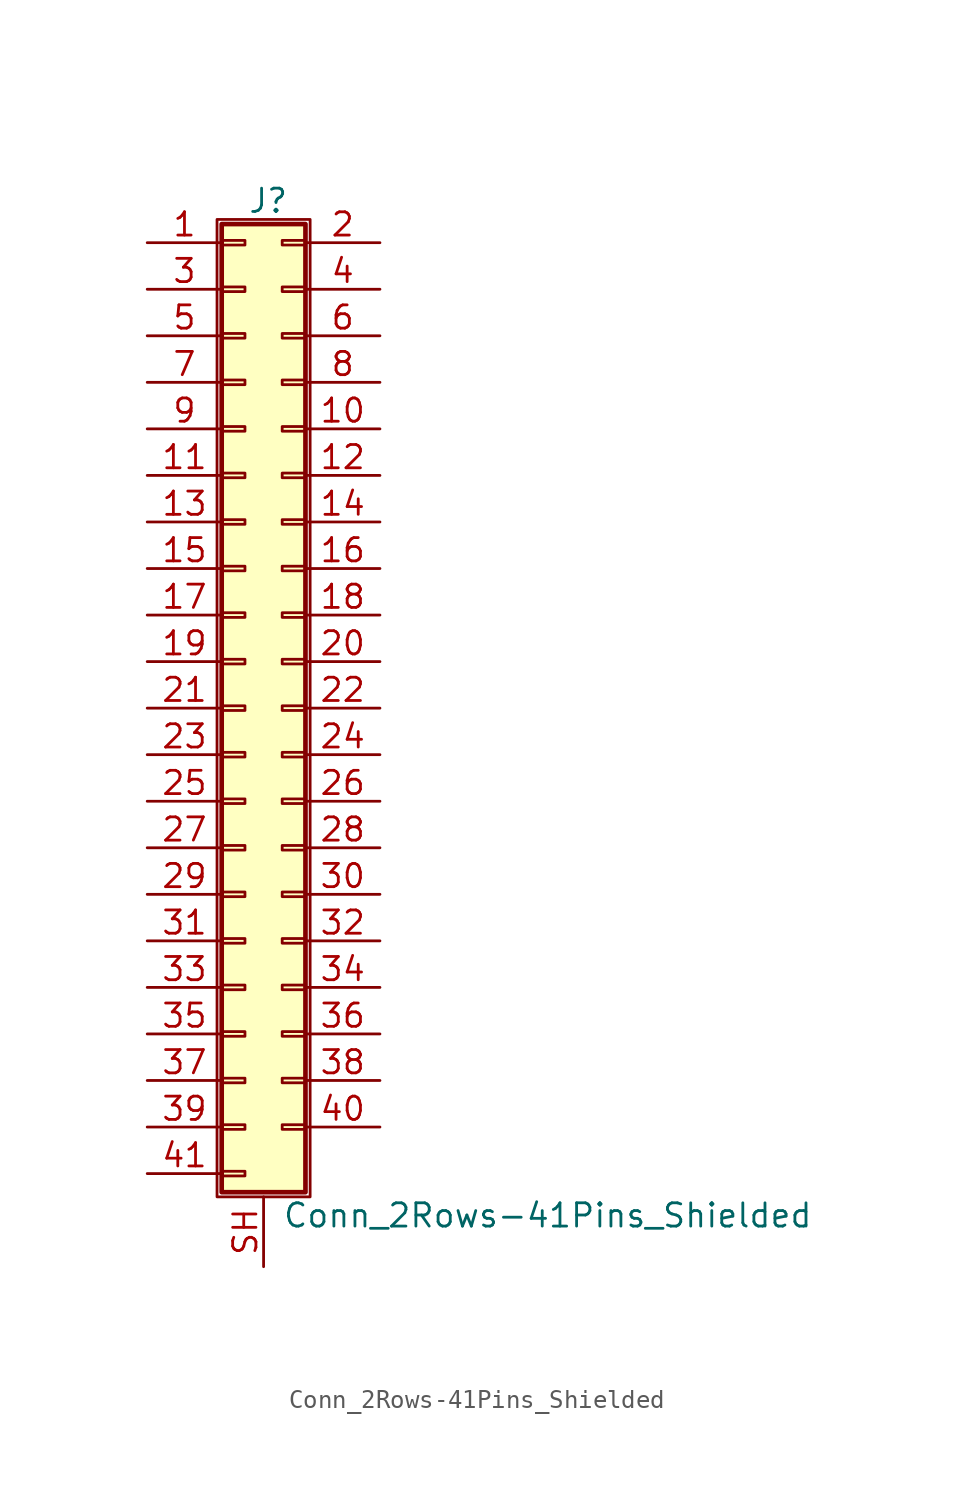
<source format=kicad_sym>
(kicad_symbol_lib
  (version 20211014)
  (generator kicad_symbol_editor)
  (symbol "Conn_2Rows-41Pins_Shielded"
    (pin_names
      (offset 1.016) hide)
    (property "Reference" "J"
      (at 1.524 27.686 0)
      (effects (font (size 1.27 1.27))))
    (property "Value" "Conn_2Rows-41Pins_Shielded"
      (at 2.286 -27.686 0)
      (effects (font (size 1.27 1.27)) (justify left)))
    (symbol "Conn_2Rows-41Pins_Shielded_1_1"
      (rectangle (start -1.27 26.67) (end 3.81 -26.67) (stroke (width 0.152) (type default) (color 0 0 0 0)) (fill (type none)))
      (rectangle (start -1.016 -25.273) (end 0.254 -25.527) (stroke (width 0.152) (type default) (color 0 0 0 0)) (fill (type none)))
      (rectangle (start -1.016 -22.733) (end 0.254 -22.987) (stroke (width 0.152) (type default) (color 0 0 0 0)) (fill (type none)))
      (rectangle (start -1.016 -20.193) (end 0.254 -20.447) (stroke (width 0.152) (type default) (color 0 0 0 0)) (fill (type none)))
      (rectangle (start -1.016 -17.653) (end 0.254 -17.907) (stroke (width 0.152) (type default) (color 0 0 0 0)) (fill (type none)))
      (rectangle (start -1.016 -15.113) (end 0.254 -15.367) (stroke (width 0.152) (type default) (color 0 0 0 0)) (fill (type none)))
      (rectangle (start -1.016 -12.573) (end 0.254 -12.827) (stroke (width 0.152) (type default) (color 0 0 0 0)) (fill (type none)))
      (rectangle (start -1.016 -10.033) (end 0.254 -10.287) (stroke (width 0.152) (type default) (color 0 0 0 0)) (fill (type none)))
      (rectangle (start -1.016 -7.493) (end 0.254 -7.747) (stroke (width 0.152) (type default) (color 0 0 0 0)) (fill (type none)))
      (rectangle (start -1.016 -4.953) (end 0.254 -5.207) (stroke (width 0.152) (type default) (color 0 0 0 0)) (fill (type none)))
      (rectangle (start -1.016 -2.413) (end 0.254 -2.667) (stroke (width 0.152) (type default) (color 0 0 0 0)) (fill (type none)))
      (rectangle (start -1.016 0.127) (end 0.254 -0.127) (stroke (width 0.152) (type default) (color 0 0 0 0)) (fill (type none)))
      (rectangle (start -1.016 2.667) (end 0.254 2.413) (stroke (width 0.152) (type default) (color 0 0 0 0)) (fill (type none)))
      (rectangle (start -1.016 5.207) (end 0.254 4.953) (stroke (width 0.152) (type default) (color 0 0 0 0)) (fill (type none)))
      (rectangle (start -1.016 7.747) (end 0.254 7.493) (stroke (width 0.152) (type default) (color 0 0 0 0)) (fill (type none)))
      (rectangle (start -1.016 10.287) (end 0.254 10.033) (stroke (width 0.152) (type default) (color 0 0 0 0)) (fill (type none)))
      (rectangle (start -1.016 12.827) (end 0.254 12.573) (stroke (width 0.152) (type default) (color 0 0 0 0)) (fill (type none)))
      (rectangle (start -1.016 15.367) (end 0.254 15.113) (stroke (width 0.152) (type default) (color 0 0 0 0)) (fill (type none)))
      (rectangle (start -1.016 17.907) (end 0.254 17.653) (stroke (width 0.152) (type default) (color 0 0 0 0)) (fill (type none)))
      (rectangle (start -1.016 20.447) (end 0.254 20.193) (stroke (width 0.152) (type default) (color 0 0 0 0)) (fill (type none)))
      (rectangle (start -1.016 22.987) (end 0.254 22.733) (stroke (width 0.152) (type default) (color 0 0 0 0)) (fill (type none)))
      (rectangle (start -1.016 25.527) (end 0.254 25.273) (stroke (width 0.152) (type default) (color 0 0 0 0)) (fill (type none)))
      (rectangle (start -1.016 26.416) (end 3.556 -26.416) (stroke (width 0.254) (type default) (color 0 0 0 0)) (fill (type background)))
      (rectangle (start 3.556 -22.733) (end 2.286 -22.987) (stroke (width 0.152) (type default) (color 0 0 0 0)) (fill (type none)))
      (rectangle (start 3.556 -20.193) (end 2.286 -20.447) (stroke (width 0.152) (type default) (color 0 0 0 0)) (fill (type none)))
      (rectangle (start 3.556 -17.653) (end 2.286 -17.907) (stroke (width 0.152) (type default) (color 0 0 0 0)) (fill (type none)))
      (rectangle (start 3.556 -15.113) (end 2.286 -15.367) (stroke (width 0.152) (type default) (color 0 0 0 0)) (fill (type none)))
      (rectangle (start 3.556 -12.573) (end 2.286 -12.827) (stroke (width 0.152) (type default) (color 0 0 0 0)) (fill (type none)))
      (rectangle (start 3.556 -10.033) (end 2.286 -10.287) (stroke (width 0.152) (type default) (color 0 0 0 0)) (fill (type none)))
      (rectangle (start 3.556 -7.493) (end 2.286 -7.747) (stroke (width 0.152) (type default) (color 0 0 0 0)) (fill (type none)))
      (rectangle (start 3.556 -4.953) (end 2.286 -5.207) (stroke (width 0.152) (type default) (color 0 0 0 0)) (fill (type none)))
      (rectangle (start 3.556 -2.413) (end 2.286 -2.667) (stroke (width 0.152) (type default) (color 0 0 0 0)) (fill (type none)))
      (rectangle (start 3.556 0.127) (end 2.286 -0.127) (stroke (width 0.152) (type default) (color 0 0 0 0)) (fill (type none)))
      (rectangle (start 3.556 2.667) (end 2.286 2.413) (stroke (width 0.152) (type default) (color 0 0 0 0)) (fill (type none)))
      (rectangle (start 3.556 5.207) (end 2.286 4.953) (stroke (width 0.152) (type default) (color 0 0 0 0)) (fill (type none)))
      (rectangle (start 3.556 7.747) (end 2.286 7.493) (stroke (width 0.152) (type default) (color 0 0 0 0)) (fill (type none)))
      (rectangle (start 3.556 10.287) (end 2.286 10.033) (stroke (width 0.152) (type default) (color 0 0 0 0)) (fill (type none)))
      (rectangle (start 3.556 12.827) (end 2.286 12.573) (stroke (width 0.152) (type default) (color 0 0 0 0)) (fill (type none)))
      (rectangle (start 3.556 15.367) (end 2.286 15.113) (stroke (width 0.152) (type default) (color 0 0 0 0)) (fill (type none)))
      (rectangle (start 3.556 17.907) (end 2.286 17.653) (stroke (width 0.152) (type default) (color 0 0 0 0)) (fill (type none)))
      (rectangle (start 3.556 20.447) (end 2.286 20.193) (stroke (width 0.152) (type default) (color 0 0 0 0)) (fill (type none)))
      (rectangle (start 3.556 22.987) (end 2.286 22.733) (stroke (width 0.152) (type default) (color 0 0 0 0)) (fill (type none)))
      (rectangle (start 3.556 25.527) (end 2.286 25.273) (stroke (width 0.152) (type default) (color 0 0 0 0)) (fill (type none)))
      (pin passive line (at -5.08 25.4 0) (length 4.064) (name "Pin_1" (effects (font (size 1.27 1.27)))) (number "1" (effects (font (size 1.27 1.27)))))
      (pin passive line (at 7.62 15.24 180) (length 4.064) (name "Pin_10" (effects (font (size 1.27 1.27)))) (number "10" (effects (font (size 1.27 1.27)))))
      (pin passive line (at -5.08 12.7 0) (length 4.064) (name "Pin_11" (effects (font (size 1.27 1.27)))) (number "11" (effects (font (size 1.27 1.27)))))
      (pin passive line (at 7.62 12.7 180) (length 4.064) (name "Pin_12" (effects (font (size 1.27 1.27)))) (number "12" (effects (font (size 1.27 1.27)))))
      (pin passive line (at -5.08 10.16 0) (length 4.064) (name "Pin_13" (effects (font (size 1.27 1.27)))) (number "13" (effects (font (size 1.27 1.27)))))
      (pin passive line (at 7.62 10.16 180) (length 4.064) (name "Pin_14" (effects (font (size 1.27 1.27)))) (number "14" (effects (font (size 1.27 1.27)))))
      (pin passive line (at -5.08 7.62 0) (length 4.064) (name "Pin_15" (effects (font (size 1.27 1.27)))) (number "15" (effects (font (size 1.27 1.27)))))
      (pin passive line (at 7.62 7.62 180) (length 4.064) (name "Pin_16" (effects (font (size 1.27 1.27)))) (number "16" (effects (font (size 1.27 1.27)))))
      (pin passive line (at -5.08 5.08 0) (length 4.064) (name "Pin_17" (effects (font (size 1.27 1.27)))) (number "17" (effects (font (size 1.27 1.27)))))
      (pin passive line (at 7.62 5.08 180) (length 4.064) (name "Pin_18" (effects (font (size 1.27 1.27)))) (number "18" (effects (font (size 1.27 1.27)))))
      (pin passive line (at -5.08 2.54 0) (length 4.064) (name "Pin_19" (effects (font (size 1.27 1.27)))) (number "19" (effects (font (size 1.27 1.27)))))
      (pin passive line (at 7.62 25.4 180) (length 4.064) (name "Pin_2" (effects (font (size 1.27 1.27)))) (number "2" (effects (font (size 1.27 1.27)))))
      (pin passive line (at 7.62 2.54 180) (length 4.064) (name "Pin_20" (effects (font (size 1.27 1.27)))) (number "20" (effects (font (size 1.27 1.27)))))
      (pin passive line (at -5.08 0 0) (length 4.064) (name "Pin_21" (effects (font (size 1.27 1.27)))) (number "21" (effects (font (size 1.27 1.27)))))
      (pin passive line (at 7.62 0 180) (length 4.064) (name "Pin_22" (effects (font (size 1.27 1.27)))) (number "22" (effects (font (size 1.27 1.27)))))
      (pin passive line (at -5.08 -2.54 0) (length 4.064) (name "Pin_23" (effects (font (size 1.27 1.27)))) (number "23" (effects (font (size 1.27 1.27)))))
      (pin passive line (at 7.62 -2.54 180) (length 4.064) (name "Pin_24" (effects (font (size 1.27 1.27)))) (number "24" (effects (font (size 1.27 1.27)))))
      (pin passive line (at -5.08 -5.08 0) (length 4.064) (name "Pin_25" (effects (font (size 1.27 1.27)))) (number "25" (effects (font (size 1.27 1.27)))))
      (pin passive line (at 7.62 -5.08 180) (length 4.064) (name "Pin_26" (effects (font (size 1.27 1.27)))) (number "26" (effects (font (size 1.27 1.27)))))
      (pin passive line (at -5.08 -7.62 0) (length 4.064) (name "Pin_27" (effects (font (size 1.27 1.27)))) (number "27" (effects (font (size 1.27 1.27)))))
      (pin passive line (at 7.62 -7.62 180) (length 4.064) (name "Pin_28" (effects (font (size 1.27 1.27)))) (number "28" (effects (font (size 1.27 1.27)))))
      (pin passive line (at -5.08 -10.16 0) (length 4.064) (name "Pin_29" (effects (font (size 1.27 1.27)))) (number "29" (effects (font (size 1.27 1.27)))))
      (pin passive line (at -5.08 22.86 0) (length 4.064) (name "Pin_3" (effects (font (size 1.27 1.27)))) (number "3" (effects (font (size 1.27 1.27)))))
      (pin passive line (at 7.62 -10.16 180) (length 4.064) (name "Pin_30" (effects (font (size 1.27 1.27)))) (number "30" (effects (font (size 1.27 1.27)))))
      (pin passive line (at -5.08 -12.7 0) (length 4.064) (name "Pin_31" (effects (font (size 1.27 1.27)))) (number "31" (effects (font (size 1.27 1.27)))))
      (pin passive line (at 7.62 -12.7 180) (length 4.064) (name "Pin_32" (effects (font (size 1.27 1.27)))) (number "32" (effects (font (size 1.27 1.27)))))
      (pin passive line (at -5.08 -15.24 0) (length 4.064) (name "Pin_33" (effects (font (size 1.27 1.27)))) (number "33" (effects (font (size 1.27 1.27)))))
      (pin passive line (at 7.62 -15.24 180) (length 4.064) (name "Pin_34" (effects (font (size 1.27 1.27)))) (number "34" (effects (font (size 1.27 1.27)))))
      (pin passive line (at -5.08 -17.78 0) (length 4.064) (name "Pin_35" (effects (font (size 1.27 1.27)))) (number "35" (effects (font (size 1.27 1.27)))))
      (pin passive line (at 7.62 -17.78 180) (length 4.064) (name "Pin_36" (effects (font (size 1.27 1.27)))) (number "36" (effects (font (size 1.27 1.27)))))
      (pin passive line (at -5.08 -20.32 0) (length 4.064) (name "Pin_37" (effects (font (size 1.27 1.27)))) (number "37" (effects (font (size 1.27 1.27)))))
      (pin passive line (at 7.62 -20.32 180) (length 4.064) (name "Pin_38" (effects (font (size 1.27 1.27)))) (number "38" (effects (font (size 1.27 1.27)))))
      (pin passive line (at -5.08 -22.86 0) (length 4.064) (name "Pin_39" (effects (font (size 1.27 1.27)))) (number "39" (effects (font (size 1.27 1.27)))))
      (pin passive line (at 7.62 22.86 180) (length 4.064) (name "Pin_4" (effects (font (size 1.27 1.27)))) (number "4" (effects (font (size 1.27 1.27)))))
      (pin passive line (at 7.62 -22.86 180) (length 4.064) (name "Pin_40" (effects (font (size 1.27 1.27)))) (number "40" (effects (font (size 1.27 1.27)))))
      (pin passive line (at -5.08 -25.4 0) (length 4.064) (name "Pin_41" (effects (font (size 1.27 1.27)))) (number "41" (effects (font (size 1.27 1.27)))))
      (pin passive line (at -5.08 20.32 0) (length 4.064) (name "Pin_5" (effects (font (size 1.27 1.27)))) (number "5" (effects (font (size 1.27 1.27)))))
      (pin passive line (at 7.62 20.32 180) (length 4.064) (name "Pin_6" (effects (font (size 1.27 1.27)))) (number "6" (effects (font (size 1.27 1.27)))))
      (pin passive line (at -5.08 17.78 0) (length 4.064) (name "Pin_7" (effects (font (size 1.27 1.27)))) (number "7" (effects (font (size 1.27 1.27)))))
      (pin passive line (at 7.62 17.78 180) (length 4.064) (name "Pin_8" (effects (font (size 1.27 1.27)))) (number "8" (effects (font (size 1.27 1.27)))))
      (pin passive line (at -5.08 15.24 0) (length 4.064) (name "Pin_9" (effects (font (size 1.27 1.27)))) (number "9" (effects (font (size 1.27 1.27)))))
      (pin passive line (at 1.27 -30.48 90) (length 3.81) (name "Shield" (effects (font (size 1.27 1.27)))) (number "SH" (effects (font (size 1.27 1.27))))))))
</source>
